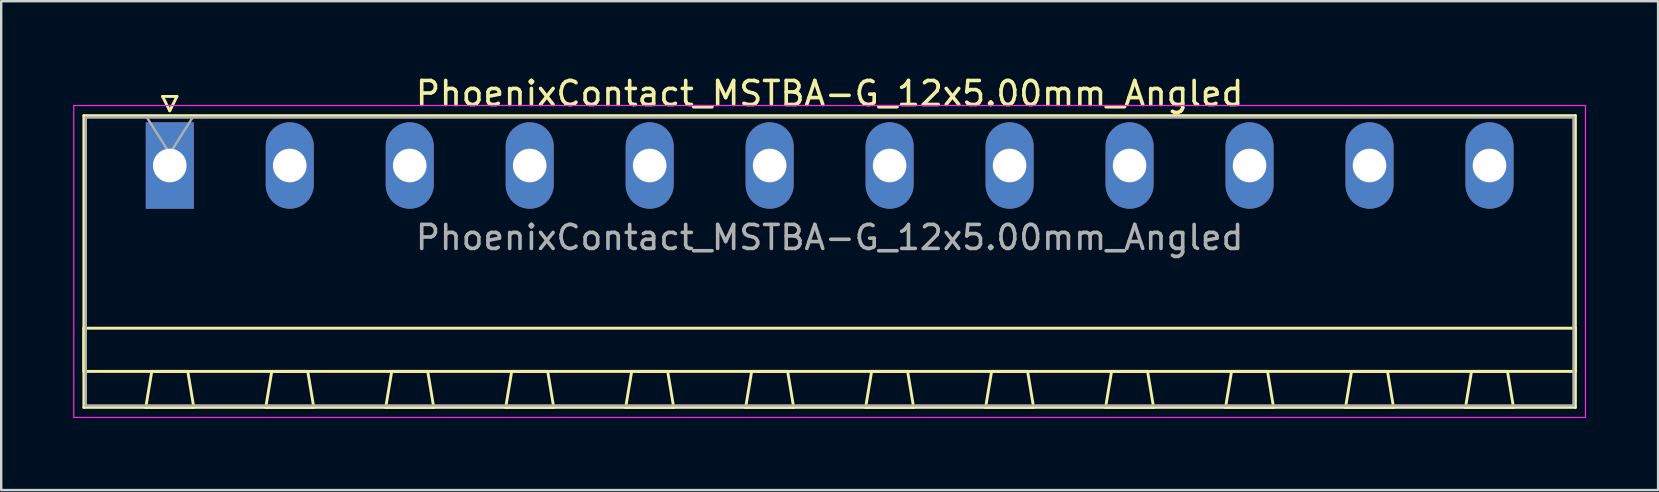
<source format=kicad_pcb>
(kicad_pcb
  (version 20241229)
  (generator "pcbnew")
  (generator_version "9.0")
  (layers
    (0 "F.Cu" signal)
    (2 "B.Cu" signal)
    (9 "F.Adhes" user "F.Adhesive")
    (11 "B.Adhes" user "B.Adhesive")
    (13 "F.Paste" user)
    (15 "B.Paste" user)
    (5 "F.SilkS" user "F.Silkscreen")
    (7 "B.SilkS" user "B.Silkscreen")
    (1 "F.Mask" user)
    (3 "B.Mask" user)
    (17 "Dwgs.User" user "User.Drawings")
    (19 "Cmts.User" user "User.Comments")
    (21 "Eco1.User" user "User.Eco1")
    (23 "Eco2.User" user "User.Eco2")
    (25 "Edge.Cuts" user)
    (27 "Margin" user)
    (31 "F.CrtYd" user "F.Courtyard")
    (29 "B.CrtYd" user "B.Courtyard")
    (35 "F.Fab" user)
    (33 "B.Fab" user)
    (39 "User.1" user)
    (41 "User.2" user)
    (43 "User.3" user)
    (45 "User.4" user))
  (footprint "PhoenixContact_MSTBA-G_12x5.00mm_Angled"
    (layer "F.Cu")
    (at 4.025 3.848)
    (property "Reference" "PhoenixContact_MSTBA-G_12x5.00mm_Angled" (at 27.5 -3 0) (layer "F.SilkS") (effects (font (size 1 1) (thickness 0.15))))
    (attr through_hole)
    (fp_line (start -3.58 -2.08) (end -3.58 10.08) (stroke (width 0.12) (type solid)) (layer "F.SilkS"))
    (fp_line (start -3.58 6.78) (end 58.58 6.78) (stroke (width 0.12) (type solid)) (layer "F.SilkS"))
    (fp_line (start -3.58 8.58) (end -3.58 6.78) (stroke (width 0.12) (type solid)) (layer "F.SilkS"))
    (fp_line (start -3.58 10.08) (end 58.58 10.08) (stroke (width 0.12) (type solid)) (layer "F.SilkS"))
    (fp_line (start -1 10.08) (end 1 10.08) (stroke (width 0.12) (type solid)) (layer "F.SilkS"))
    (fp_line (start -0.75 8.58) (end -1 10.08) (stroke (width 0.12) (type solid)) (layer "F.SilkS"))
    (fp_line (start -0.3 -2.88) (end 0.3 -2.88) (stroke (width 0.12) (type solid)) (layer "F.SilkS"))
    (fp_line (start 0 -2.28) (end -0.3 -2.88) (stroke (width 0.12) (type solid)) (layer "F.SilkS"))
    (fp_line (start 0.3 -2.88) (end 0 -2.28) (stroke (width 0.12) (type solid)) (layer "F.SilkS"))
    (fp_line (start 0.75 8.58) (end -0.75 8.58) (stroke (width 0.12) (type solid)) (layer "F.SilkS"))
    (fp_line (start 1 10.08) (end 0.75 8.58) (stroke (width 0.12) (type solid)) (layer "F.SilkS"))
    (fp_line (start 4 10.08) (end 6 10.08) (stroke (width 0.12) (type solid)) (layer "F.SilkS"))
    (fp_line (start 4.25 8.58) (end 4 10.08) (stroke (width 0.12) (type solid)) (layer "F.SilkS"))
    (fp_line (start 5.75 8.58) (end 4.25 8.58) (stroke (width 0.12) (type solid)) (layer "F.SilkS"))
    (fp_line (start 6 10.08) (end 5.75 8.58) (stroke (width 0.12) (type solid)) (layer "F.SilkS"))
    (fp_line (start 9 10.08) (end 11 10.08) (stroke (width 0.12) (type solid)) (layer "F.SilkS"))
    (fp_line (start 9.25 8.58) (end 9 10.08) (stroke (width 0.12) (type solid)) (layer "F.SilkS"))
    (fp_line (start 10.75 8.58) (end 9.25 8.58) (stroke (width 0.12) (type solid)) (layer "F.SilkS"))
    (fp_line (start 11 10.08) (end 10.75 8.58) (stroke (width 0.12) (type solid)) (layer "F.SilkS"))
    (fp_line (start 14 10.08) (end 16 10.08) (stroke (width 0.12) (type solid)) (layer "F.SilkS"))
    (fp_line (start 14.25 8.58) (end 14 10.08) (stroke (width 0.12) (type solid)) (layer "F.SilkS"))
    (fp_line (start 15.75 8.58) (end 14.25 8.58) (stroke (width 0.12) (type solid)) (layer "F.SilkS"))
    (fp_line (start 16 10.08) (end 15.75 8.58) (stroke (width 0.12) (type solid)) (layer "F.SilkS"))
    (fp_line (start 19 10.08) (end 21 10.08) (stroke (width 0.12) (type solid)) (layer "F.SilkS"))
    (fp_line (start 19.25 8.58) (end 19 10.08) (stroke (width 0.12) (type solid)) (layer "F.SilkS"))
    (fp_line (start 20.75 8.58) (end 19.25 8.58) (stroke (width 0.12) (type solid)) (layer "F.SilkS"))
    (fp_line (start 21 10.08) (end 20.75 8.58) (stroke (width 0.12) (type solid)) (layer "F.SilkS"))
    (fp_line (start 24 10.08) (end 26 10.08) (stroke (width 0.12) (type solid)) (layer "F.SilkS"))
    (fp_line (start 24.25 8.58) (end 24 10.08) (stroke (width 0.12) (type solid)) (layer "F.SilkS"))
    (fp_line (start 25.75 8.58) (end 24.25 8.58) (stroke (width 0.12) (type solid)) (layer "F.SilkS"))
    (fp_line (start 26 10.08) (end 25.75 8.58) (stroke (width 0.12) (type solid)) (layer "F.SilkS"))
    (fp_line (start 29 10.08) (end 31 10.08) (stroke (width 0.12) (type solid)) (layer "F.SilkS"))
    (fp_line (start 29.25 8.58) (end 29 10.08) (stroke (width 0.12) (type solid)) (layer "F.SilkS"))
    (fp_line (start 30.75 8.58) (end 29.25 8.58) (stroke (width 0.12) (type solid)) (layer "F.SilkS"))
    (fp_line (start 31 10.08) (end 30.75 8.58) (stroke (width 0.12) (type solid)) (layer "F.SilkS"))
    (fp_line (start 34 10.08) (end 36 10.08) (stroke (width 0.12) (type solid)) (layer "F.SilkS"))
    (fp_line (start 34.25 8.58) (end 34 10.08) (stroke (width 0.12) (type solid)) (layer "F.SilkS"))
    (fp_line (start 35.75 8.58) (end 34.25 8.58) (stroke (width 0.12) (type solid)) (layer "F.SilkS"))
    (fp_line (start 36 10.08) (end 35.75 8.58) (stroke (width 0.12) (type solid)) (layer "F.SilkS"))
    (fp_line (start 39 10.08) (end 41 10.08) (stroke (width 0.12) (type solid)) (layer "F.SilkS"))
    (fp_line (start 39.25 8.58) (end 39 10.08) (stroke (width 0.12) (type solid)) (layer "F.SilkS"))
    (fp_line (start 40.75 8.58) (end 39.25 8.58) (stroke (width 0.12) (type solid)) (layer "F.SilkS"))
    (fp_line (start 41 10.08) (end 40.75 8.58) (stroke (width 0.12) (type solid)) (layer "F.SilkS"))
    (fp_line (start 44 10.08) (end 46 10.08) (stroke (width 0.12) (type solid)) (layer "F.SilkS"))
    (fp_line (start 44.25 8.58) (end 44 10.08) (stroke (width 0.12) (type solid)) (layer "F.SilkS"))
    (fp_line (start 45.75 8.58) (end 44.25 8.58) (stroke (width 0.12) (type solid)) (layer "F.SilkS"))
    (fp_line (start 46 10.08) (end 45.75 8.58) (stroke (width 0.12) (type solid)) (layer "F.SilkS"))
    (fp_line (start 49 10.08) (end 51 10.08) (stroke (width 0.12) (type solid)) (layer "F.SilkS"))
    (fp_line (start 49.25 8.58) (end 49 10.08) (stroke (width 0.12) (type solid)) (layer "F.SilkS"))
    (fp_line (start 50.75 8.58) (end 49.25 8.58) (stroke (width 0.12) (type solid)) (layer "F.SilkS"))
    (fp_line (start 51 10.08) (end 50.75 8.58) (stroke (width 0.12) (type solid)) (layer "F.SilkS"))
    (fp_line (start 54 10.08) (end 56 10.08) (stroke (width 0.12) (type solid)) (layer "F.SilkS"))
    (fp_line (start 54.25 8.58) (end 54 10.08) (stroke (width 0.12) (type solid)) (layer "F.SilkS"))
    (fp_line (start 55.75 8.58) (end 54.25 8.58) (stroke (width 0.12) (type solid)) (layer "F.SilkS"))
    (fp_line (start 56 10.08) (end 55.75 8.58) (stroke (width 0.12) (type solid)) (layer "F.SilkS"))
    (fp_line (start 58.58 -2.08) (end -3.58 -2.08) (stroke (width 0.12) (type solid)) (layer "F.SilkS"))
    (fp_line (start 58.58 6.78) (end 58.58 8.58) (stroke (width 0.12) (type solid)) (layer "F.SilkS"))
    (fp_line (start 58.58 8.58) (end -3.58 8.58) (stroke (width 0.12) (type solid)) (layer "F.SilkS"))
    (fp_line (start 58.58 10.08) (end 58.58 -2.08) (stroke (width 0.12) (type solid)) (layer "F.SilkS"))
    (fp_line (start -4 -2.5) (end -4 10.5) (stroke (width 0.05) (type solid)) (layer "F.CrtYd"))
    (fp_line (start -4 10.5) (end 59 10.5) (stroke (width 0.05) (type solid)) (layer "F.CrtYd"))
    (fp_line (start 59 -2.5) (end -4 -2.5) (stroke (width 0.05) (type solid)) (layer "F.CrtYd"))
    (fp_line (start 59 10.5) (end 59 -2.5) (stroke (width 0.05) (type solid)) (layer "F.CrtYd"))
    (fp_line (start -3.5 -2) (end -3.5 10) (stroke (width 0.1) (type solid)) (layer "F.Fab"))
    (fp_line (start -3.5 10) (end 58.5 10) (stroke (width 0.1) (type solid)) (layer "F.Fab"))
    (fp_line (start 0 -0.5) (end -0.95 -2) (stroke (width 0.1) (type solid)) (layer "F.Fab"))
    (fp_line (start 0.95 -2) (end 0 -0.5) (stroke (width 0.1) (type solid)) (layer "F.Fab"))
    (fp_line (start 58.5 -2) (end -3.5 -2) (stroke (width 0.1) (type solid)) (layer "F.Fab"))
    (fp_line (start 58.5 10) (end 58.5 -2) (stroke (width 0.1) (type solid)) (layer "F.Fab"))
    (fp_text user "${REFERENCE}" (at 27.5 3 0) (layer "F.Fab") (effects (font (size 1 1) (thickness 0.15))))
    (pad "1" thru_hole rect (at 0 0) (size 2 3.6) (drill 1.4) (layers "*.Cu" "*.Mask"))
    (pad "2" thru_hole oval (at 5 0) (size 2 3.6) (drill 1.4) (layers "*.Cu" "*.Mask"))
    (pad "3" thru_hole oval (at 10 0) (size 2 3.6) (drill 1.4) (layers "*.Cu" "*.Mask"))
    (pad "4" thru_hole oval (at 15 0) (size 2 3.6) (drill 1.4) (layers "*.Cu" "*.Mask"))
    (pad "5" thru_hole oval (at 20 0) (size 2 3.6) (drill 1.4) (layers "*.Cu" "*.Mask"))
    (pad "6" thru_hole oval (at 25 0) (size 2 3.6) (drill 1.4) (layers "*.Cu" "*.Mask"))
    (pad "7" thru_hole oval (at 30 0) (size 2 3.6) (drill 1.4) (layers "*.Cu" "*.Mask"))
    (pad "8" thru_hole oval (at 35 0) (size 2 3.6) (drill 1.4) (layers "*.Cu" "*.Mask"))
    (pad "9" thru_hole oval (at 40 0) (size 2 3.6) (drill 1.4) (layers "*.Cu" "*.Mask"))
    (pad "10" thru_hole oval (at 45 0) (size 2 3.6) (drill 1.4) (layers "*.Cu" "*.Mask"))
    (pad "11" thru_hole oval (at 50 0) (size 2 3.6) (drill 1.4) (layers "*.Cu" "*.Mask"))
    (pad "12" thru_hole oval (at 55 0) (size 2 3.6) (drill 1.4) (layers "*.Cu" "*.Mask")))
  (gr_rect
    (start -3 -3)
    (end 66.05 17.373)
    (stroke (width 0.1) (type default))
    (fill no)
    (layer "Edge.Cuts")))
</source>
